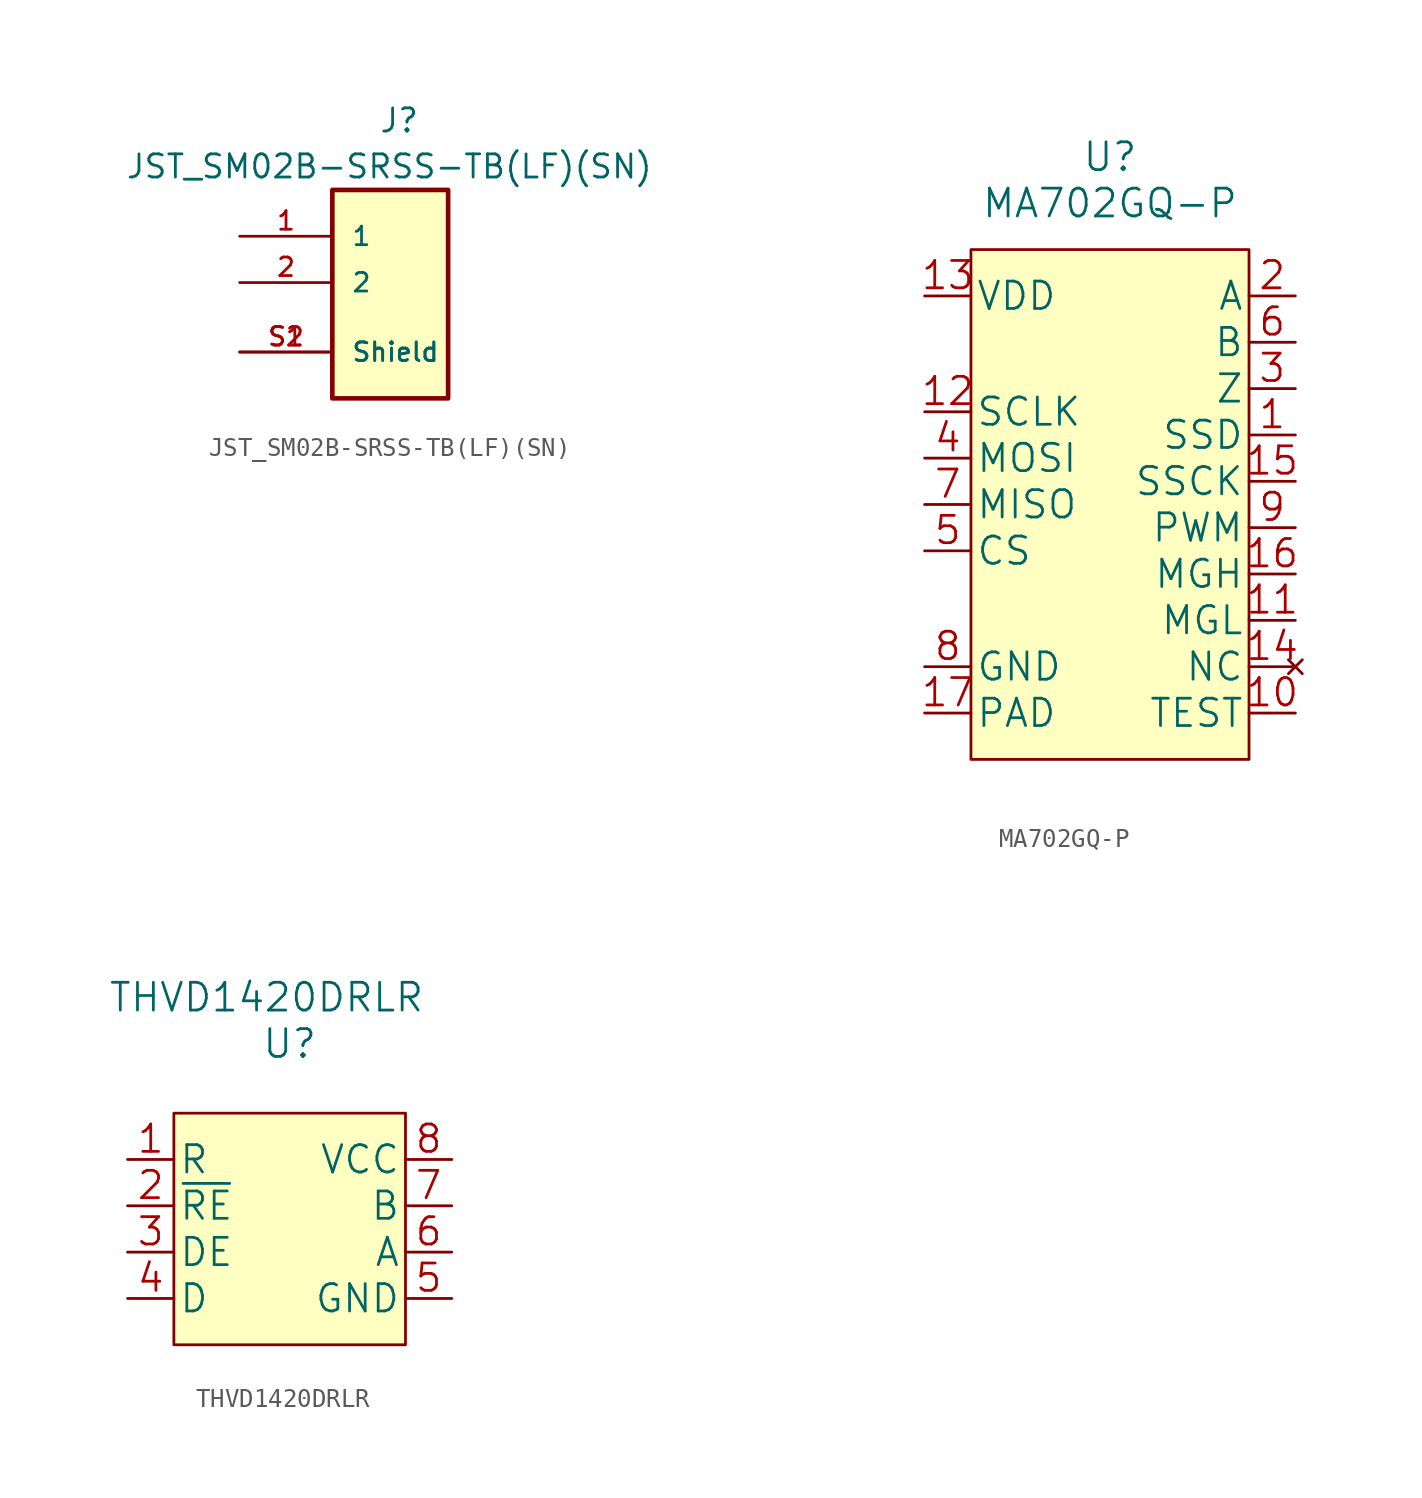
<source format=kicad_sym>
(kicad_symbol_lib
  (version 20220914)
  (generator kicad_symbol_editor)
  (symbol "JST_SM02B-SRSS-TB(LF)(SN)"
    (pin_names
      (offset 1.016))
    (property "Reference" "J"
      (at 0 8.89 0)
      (effects (font (size 1.27 1.27)) (justify left)))
    (property "Value" "JST_SM02B-SRSS-TB(LF)(SN)"
      (at -13.909 6.368 0)
      (effects (font (size 1.27 1.27)) (justify left)))
    (symbol "JST_SM02B-SRSS-TB(LF)(SN)_0_0"
      (rectangle (start -2.54 5.08) (end 3.81 -6.35) (stroke (width 0.254) (type default)) (fill (type background)))
      (pin bidirectional line (at -7.62 2.54 0) (length 5.08) (name "1" (effects (font (size 1.016 1.016)))) (number "1" (effects (font (size 1.016 1.016)))))
      (pin bidirectional line (at -7.62 0 0) (length 5.08) (name "2" (effects (font (size 1.016 1.016)))) (number "2" (effects (font (size 1.016 1.016)))))
      (pin power_in line (at -7.62 -3.81 0) (length 5.08) (name "Shield" (effects (font (size 1.016 1.016)))) (number "S1" (effects (font (size 1.016 1.016)))))
      (pin power_in line (at -7.62 -3.81 0) (length 5.08) (name "Shield" (effects (font (size 1.016 1.016)))) (number "S2" (effects (font (size 1.016 1.016)))))))
  (symbol "MA702GQ-P"
    (pin_names
      (offset 0.254))
    (property "Reference" "U"
      (at 0 22.86 0)
      (effects (font (size 1.524 1.524))))
    (property "Value" "MA702GQ-P"
      (at 0 20.32 0)
      (effects (font (size 1.524 1.524))))
    (property "Datasheet" ""
      (at -15.24 6.35 0)
      (effects (font (size 1.524 1.524))))
    (symbol "MA702GQ-P_1_1"
      (rectangle (start -7.62 17.78) (end 7.62 -10.16) (stroke (width 0) (type default)) (fill (type background)))
      (pin output line (at 10.16 7.62 180) (length 2.54) (name "SSD" (effects (font (size 1.499 1.499)))) (number "1" (effects (font (size 1.499 1.499)))))
      (pin input line (at 10.16 -7.62 180) (length 2.54) (name "TEST" (effects (font (size 1.499 1.499)))) (number "10" (effects (font (size 1.499 1.499)))))
      (pin output line (at 10.16 -2.54 180) (length 2.54) (name "MGL" (effects (font (size 1.499 1.499)))) (number "11" (effects (font (size 1.499 1.499)))))
      (pin input line (at -10.16 8.89 0) (length 2.54) (name "SCLK" (effects (font (size 1.499 1.499)))) (number "12" (effects (font (size 1.499 1.499)))))
      (pin power_in line (at -10.16 15.24 0) (length 2.54) (name "VDD" (effects (font (size 1.499 1.499)))) (number "13" (effects (font (size 1.499 1.499)))))
      (pin no_connect line (at 10.16 -5.08 180) (length 2.54) (name "NC" (effects (font (size 1.499 1.499)))) (number "14" (effects (font (size 1.499 1.499)))))
      (pin input line (at 10.16 5.08 180) (length 2.54) (name "SSCK" (effects (font (size 1.499 1.499)))) (number "15" (effects (font (size 1.499 1.499)))))
      (pin output line (at 10.16 0 180) (length 2.54) (name "MGH" (effects (font (size 1.499 1.499)))) (number "16" (effects (font (size 1.499 1.499)))))
      (pin power_in line (at -10.16 -7.62 0) (length 2.54) (name "PAD" (effects (font (size 1.499 1.499)))) (number "17" (effects (font (size 1.499 1.499)))))
      (pin output line (at 10.16 15.24 180) (length 2.54) (name "A" (effects (font (size 1.499 1.499)))) (number "2" (effects (font (size 1.499 1.499)))))
      (pin output line (at 10.16 10.16 180) (length 2.54) (name "Z" (effects (font (size 1.499 1.499)))) (number "3" (effects (font (size 1.499 1.499)))))
      (pin input line (at -10.16 6.35 0) (length 2.54) (name "MOSI" (effects (font (size 1.499 1.499)))) (number "4" (effects (font (size 1.499 1.499)))))
      (pin input line (at -10.16 1.27 0) (length 2.54) (name "CS" (effects (font (size 1.499 1.499)))) (number "5" (effects (font (size 1.499 1.499)))))
      (pin output line (at 10.16 12.7 180) (length 2.54) (name "B" (effects (font (size 1.499 1.499)))) (number "6" (effects (font (size 1.499 1.499)))))
      (pin output line (at -10.16 3.81 0) (length 2.54) (name "MISO" (effects (font (size 1.499 1.499)))) (number "7" (effects (font (size 1.499 1.499)))))
      (pin power_in line (at -10.16 -5.08 0) (length 2.54) (name "GND" (effects (font (size 1.499 1.499)))) (number "8" (effects (font (size 1.499 1.499)))))
      (pin output line (at 10.16 2.54 180) (length 2.54) (name "PWM" (effects (font (size 1.499 1.499)))) (number "9" (effects (font (size 1.499 1.499)))))))
  (symbol "THVD1420DRLR"
    (pin_names
      (offset 0.254))
    (property "Reference" "U"
      (at 0 10.16 0)
      (effects (font (size 1.524 1.524))))
    (property "Value" "THVD1420DRLR"
      (at -1.27 12.7 0)
      (effects (font (size 1.524 1.524))))
    (symbol "THVD1420DRLR_1_1"
      (rectangle (start -6.35 6.35) (end 6.35 -6.35) (stroke (width 0) (type default)) (fill (type background)))
      (pin output line (at -8.89 3.81 0) (length 2.54) (name "R" (effects (font (size 1.499 1.499)))) (number "1" (effects (font (size 1.499 1.499)))))
      (pin input line (at -8.89 1.27 0) (length 2.54) (name "~{RE}" (effects (font (size 1.499 1.499)))) (number "2" (effects (font (size 1.499 1.499)))))
      (pin input line (at -8.89 -1.27 0) (length 2.54) (name "DE" (effects (font (size 1.499 1.499)))) (number "3" (effects (font (size 1.499 1.499)))))
      (pin input line (at -8.89 -3.81 0) (length 2.54) (name "D" (effects (font (size 1.499 1.499)))) (number "4" (effects (font (size 1.499 1.499)))))
      (pin power_in line (at 8.89 -3.81 180) (length 2.54) (name "GND" (effects (font (size 1.499 1.499)))) (number "5" (effects (font (size 1.499 1.499)))))
      (pin bidirectional line (at 8.89 -1.27 180) (length 2.54) (name "A" (effects (font (size 1.499 1.499)))) (number "6" (effects (font (size 1.499 1.499)))))
      (pin bidirectional line (at 8.89 1.27 180) (length 2.54) (name "B" (effects (font (size 1.499 1.499)))) (number "7" (effects (font (size 1.499 1.499)))))
      (pin power_in line (at 8.89 3.81 180) (length 2.54) (name "VCC" (effects (font (size 1.499 1.499)))) (number "8" (effects (font (size 1.499 1.499))))))))
</source>
